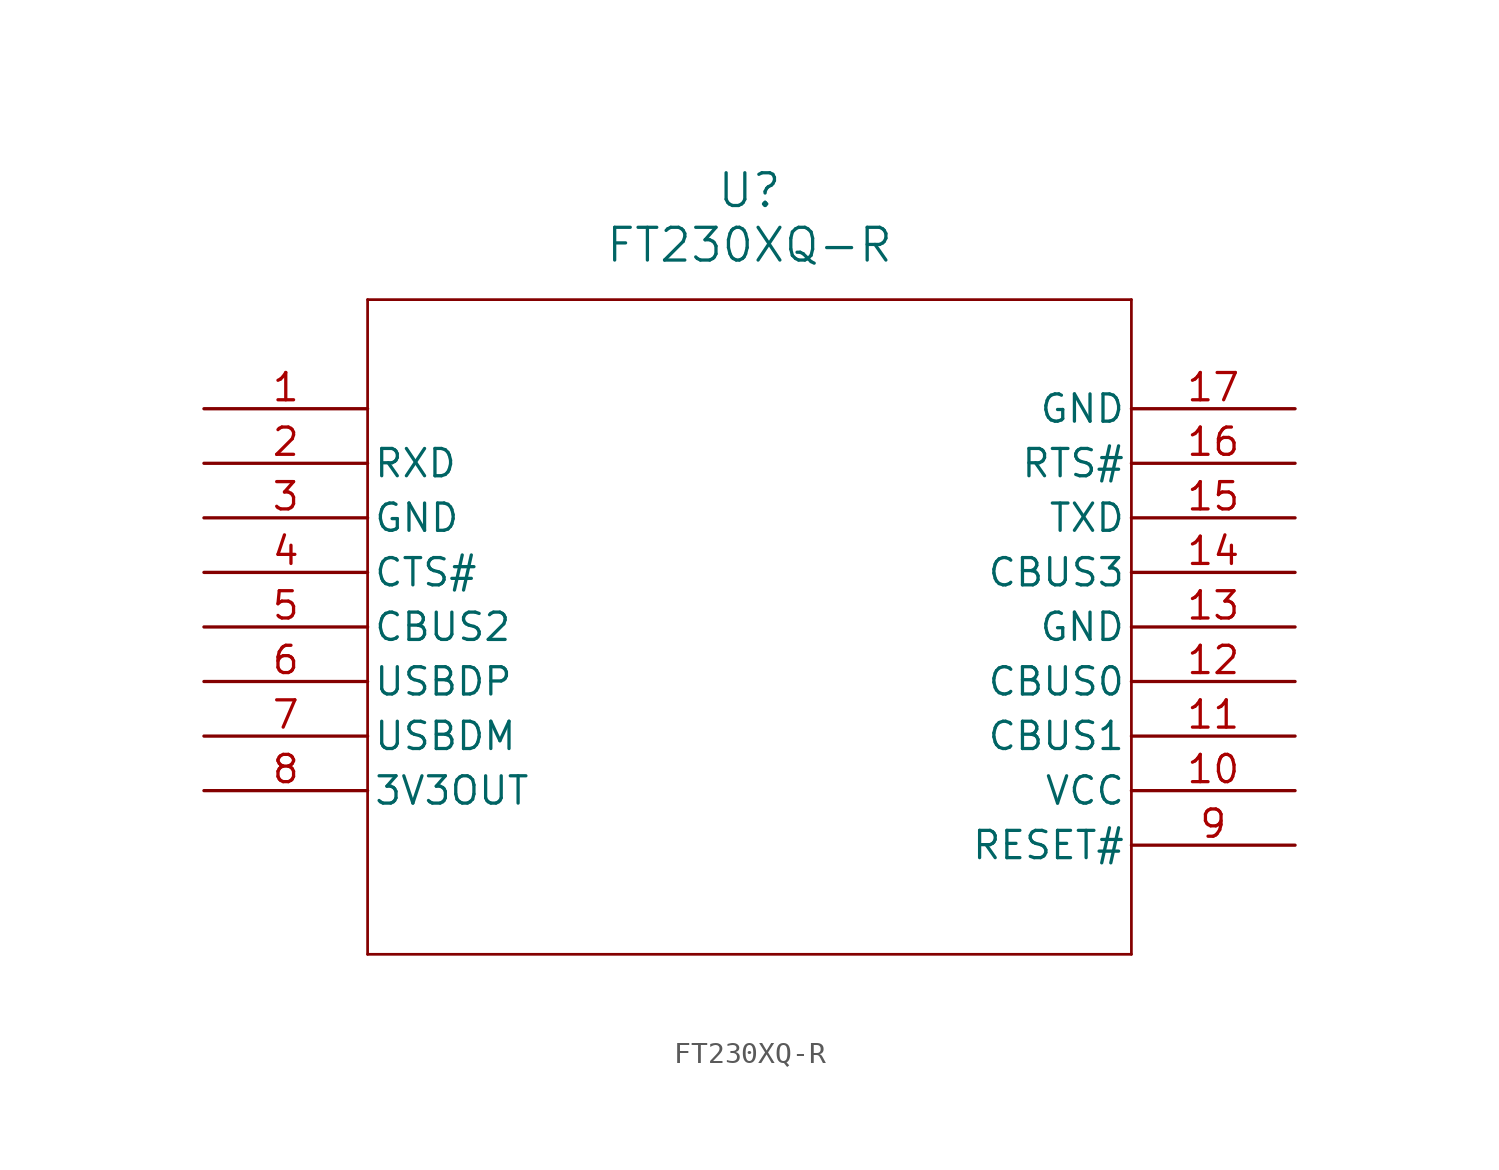
<source format=kicad_sym>
(kicad_symbol_lib
  (version 20211014)
  (generator kicad_symbol_editor)
  (symbol "FT230XQ-R"
    (pin_names
      (offset 0.254))
    (property "Reference" "U"
      (at 25.4 10.16 0)
      (effects (font (size 1.524 1.524))))
    (property "Value" "FT230XQ-R"
      (at 25.4 7.62 0)
      (effects (font (size 1.524 1.524))))
    (symbol "FT230XQ-R_0_1"
      (polyline (pts (xy 7.62 5.08) (xy 7.62 -25.4)) (stroke (width 0.127) (type default) (color 0 0 0 0)) (fill (type none)))
      (polyline (pts (xy 7.62 -25.4) (xy 43.18 -25.4)) (stroke (width 0.127) (type default) (color 0 0 0 0)) (fill (type none)))
      (polyline (pts (xy 43.18 -25.4) (xy 43.18 5.08)) (stroke (width 0.127) (type default) (color 0 0 0 0)) (fill (type none)))
      (polyline (pts (xy 43.18 5.08) (xy 7.62 5.08)) (stroke (width 0.127) (type default) (color 0 0 0 0)) (fill (type none)))
      (pin power_in line (at 0 0 0) (length 7.62) (name "" (effects (font (size 1.27 1.27)))) (number "1" (effects (font (size 1.27 1.27)))))
      (pin input line (at 0 -2.54 0) (length 7.62) (name "RXD" (effects (font (size 1.27 1.27)))) (number "2" (effects (font (size 1.27 1.27)))))
      (pin power_out line (at 0 -5.08 0) (length 7.62) (name "GND" (effects (font (size 1.27 1.27)))) (number "3" (effects (font (size 1.27 1.27)))))
      (pin input line (at 0 -7.62 0) (length 7.62) (name "CTS#" (effects (font (size 1.27 1.27)))) (number "4" (effects (font (size 1.27 1.27)))))
      (pin bidirectional line (at 0 -10.16 0) (length 7.62) (name "CBUS2" (effects (font (size 1.27 1.27)))) (number "5" (effects (font (size 1.27 1.27)))))
      (pin input line (at 0 -12.7 0) (length 7.62) (name "USBDP" (effects (font (size 1.27 1.27)))) (number "6" (effects (font (size 1.27 1.27)))))
      (pin input line (at 0 -15.24 0) (length 7.62) (name "USBDM" (effects (font (size 1.27 1.27)))) (number "7" (effects (font (size 1.27 1.27)))))
      (pin output line (at 0 -17.78 0) (length 7.62) (name "3V3OUT" (effects (font (size 1.27 1.27)))) (number "8" (effects (font (size 1.27 1.27)))))
      (pin input line (at 50.8 -20.32 180) (length 7.62) (name "RESET#" (effects (font (size 1.27 1.27)))) (number "9" (effects (font (size 1.27 1.27)))))
      (pin power_in line (at 50.8 -17.78 180) (length 7.62) (name "VCC" (effects (font (size 1.27 1.27)))) (number "10" (effects (font (size 1.27 1.27)))))
      (pin bidirectional line (at 50.8 -15.24 180) (length 7.62) (name "CBUS1" (effects (font (size 1.27 1.27)))) (number "11" (effects (font (size 1.27 1.27)))))
      (pin bidirectional line (at 50.8 -12.7 180) (length 7.62) (name "CBUS0" (effects (font (size 1.27 1.27)))) (number "12" (effects (font (size 1.27 1.27)))))
      (pin power_out line (at 50.8 -10.16 180) (length 7.62) (name "GND" (effects (font (size 1.27 1.27)))) (number "13" (effects (font (size 1.27 1.27)))))
      (pin bidirectional line (at 50.8 -7.62 180) (length 7.62) (name "CBUS3" (effects (font (size 1.27 1.27)))) (number "14" (effects (font (size 1.27 1.27)))))
      (pin output line (at 50.8 -5.08 180) (length 7.62) (name "TXD" (effects (font (size 1.27 1.27)))) (number "15" (effects (font (size 1.27 1.27)))))
      (pin output line (at 50.8 -2.54 180) (length 7.62) (name "RTS#" (effects (font (size 1.27 1.27)))) (number "16" (effects (font (size 1.27 1.27)))))
      (pin power_out line (at 50.8 0 180) (length 7.62) (name "GND" (effects (font (size 1.27 1.27)))) (number "17" (effects (font (size 1.27 1.27))))))))
</source>
